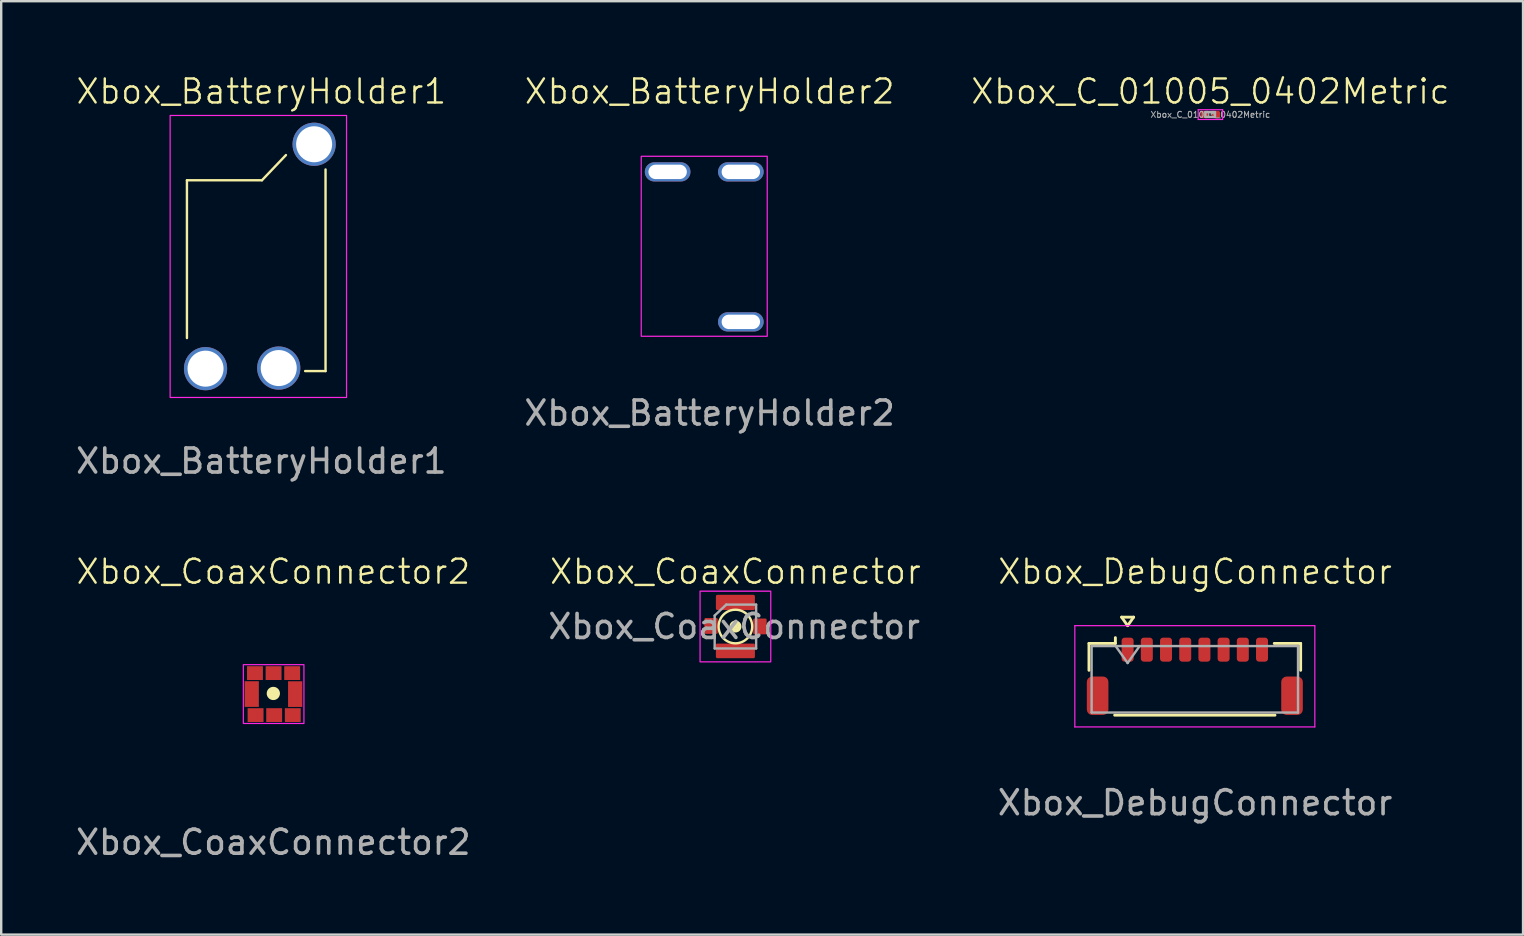
<source format=kicad_pcb>
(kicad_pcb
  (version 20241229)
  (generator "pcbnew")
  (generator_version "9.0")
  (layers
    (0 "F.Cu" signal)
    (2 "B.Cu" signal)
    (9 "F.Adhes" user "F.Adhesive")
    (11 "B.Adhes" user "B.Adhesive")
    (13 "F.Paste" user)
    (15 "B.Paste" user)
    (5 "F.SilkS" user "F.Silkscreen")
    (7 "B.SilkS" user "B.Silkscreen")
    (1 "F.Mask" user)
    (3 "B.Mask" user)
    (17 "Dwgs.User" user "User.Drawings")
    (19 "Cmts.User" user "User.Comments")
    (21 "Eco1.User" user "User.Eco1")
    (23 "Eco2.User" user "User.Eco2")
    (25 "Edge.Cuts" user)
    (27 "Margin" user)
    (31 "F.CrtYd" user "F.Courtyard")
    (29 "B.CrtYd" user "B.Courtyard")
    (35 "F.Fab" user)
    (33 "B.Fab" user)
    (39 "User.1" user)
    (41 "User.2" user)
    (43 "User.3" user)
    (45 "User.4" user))
  (footprint "Xbox_BatteryHolder2"
    (layer "F.Cu")
    (at 26.518 7.011)
    (property "Reference" "Xbox_BatteryHolder2" (at 0 -6.25 0) (unlocked yes) (layer "F.SilkS") (effects (font (size 1 1) (thickness 0.1))))
    (attr through_hole)
    (fp_rect (start -2.85 -3.55) (end 2.4 3.95) (stroke (width 0.05) (type default)) (fill no) (layer "F.CrtYd"))
    (fp_text user "${REFERENCE}" (at 0 7.15 0) (unlocked yes) (layer "F.Fab") (effects (font (size 1 1) (thickness 0.15))))
    (pad "1" thru_hole oval (at -1.75 -2.9 90) (size 0.8 1.9) (drill oval 0.6 1.6) (layers "*.Cu" "*.Mask"))
    (pad "1" thru_hole oval (at 1.3 -2.9 90) (size 0.8 1.9) (drill oval 0.6 1.6) (layers "*.Cu" "*.Mask"))
    (pad "1" thru_hole oval (at 1.3 3.35 90) (size 0.8 1.9) (drill oval 0.6 1.6) (layers "*.Cu" "*.Mask")))
  (footprint "Xbox_C_01005_0402Metric"
    (layer "F.Cu")
    (at 47.383 1.726)
    (property "Reference" "Xbox_C_01005_0402Metric" (at 0 -0.965 0) (unlocked yes) (layer "F.SilkS") (effects (font (size 1 1) (thickness 0.1))))
    (attr smd)
    (fp_line (start -0.508 -0.203) (end 0.508 -0.203) (stroke (width 0.05) (type solid)) (layer "F.CrtYd"))
    (fp_line (start -0.508 0.203) (end -0.508 -0.203) (stroke (width 0.05) (type solid)) (layer "F.CrtYd"))
    (fp_line (start 0.508 -0.203) (end 0.508 0.203) (stroke (width 0.05) (type solid)) (layer "F.CrtYd"))
    (fp_line (start 0.508 0.203) (end -0.508 0.203) (stroke (width 0.05) (type solid)) (layer "F.CrtYd"))
    (fp_line (start -0.21 -0.105) (end 0.19 -0.105) (stroke (width 0.1) (type solid)) (layer "F.Fab"))
    (fp_line (start -0.21 0.095) (end -0.21 -0.105) (stroke (width 0.1) (type solid)) (layer "F.Fab"))
    (fp_line (start 0.19 -0.105) (end 0.19 0.095) (stroke (width 0.1) (type solid)) (layer "F.Fab"))
    (fp_line (start 0.19 0.095) (end -0.21 0.095) (stroke (width 0.1) (type solid)) (layer "F.Fab"))
    (fp_text user "${REFERENCE}" (at 0 0 0) (unlocked yes) (layer "F.Fab") (effects (font (size 0.25 0.25) (thickness 0.04))))
    (pad "" smd roundrect (at -0.285 -0.005) (size 0.27 0.27) (layers "F.Paste") (roundrect_rratio 0.25))
    (pad "" smd roundrect (at 0.265 -0.005) (size 0.27 0.27) (layers "F.Paste") (roundrect_rratio 0.25))
    (pad "1" smd roundrect (at -0.233 -0.005) (size 0.347 0.3) (layers "F.Cu" "F.Mask") (roundrect_rratio 0.25))
    (pad "2" smd roundrect (at 0.223 -0.004) (size 0.366 0.298) (layers "F.Cu" "F.Mask") (roundrect_rratio 0.25)))
  (footprint "Xbox_DebugConnector"
    (layer "F.Cu")
    (at 46.714 25.539)
    (property "Reference" "Xbox_DebugConnector" (at 0.03 -4.77 0) (unlocked yes) (layer "F.SilkS") (effects (font (size 1 1) (thickness 0.1))))
    (attr smd)
    (fp_line (start -4.39 -1.78) (end -3.29 -1.78) (stroke (width 0.12) (type solid)) (layer "F.SilkS"))
    (fp_line (start -4.39 -0.66) (end -4.39 -1.78) (stroke (width 0.12) (type solid)) (layer "F.SilkS"))
    (fp_line (start -3.32 1.21) (end 3.36 1.21) (stroke (width 0.12) (type solid)) (layer "F.SilkS"))
    (fp_line (start -3.29 -1.78) (end -3.29 -2.02) (stroke (width 0.12) (type solid)) (layer "F.SilkS"))
    (fp_line (start -3.03 -2.874) (end -2.78 -2.52) (stroke (width 0.12) (type solid)) (layer "F.SilkS"))
    (fp_line (start -2.78 -2.52) (end -2.53 -2.874) (stroke (width 0.12) (type solid)) (layer "F.SilkS"))
    (fp_line (start -2.53 -2.874) (end -3.03 -2.874) (stroke (width 0.12) (type solid)) (layer "F.SilkS"))
    (fp_line (start 4.43 -1.78) (end 3.33 -1.78) (stroke (width 0.12) (type solid)) (layer "F.SilkS"))
    (fp_line (start 4.43 -0.66) (end 4.43 -1.78) (stroke (width 0.12) (type solid)) (layer "F.SilkS"))
    (fp_line (start -4.98 -2.52) (end -4.98 1.7) (stroke (width 0.05) (type solid)) (layer "F.CrtYd"))
    (fp_line (start -4.98 1.7) (end 5.02 1.7) (stroke (width 0.05) (type solid)) (layer "F.CrtYd"))
    (fp_line (start 5.02 -2.52) (end -4.98 -2.52) (stroke (width 0.05) (type solid)) (layer "F.CrtYd"))
    (fp_line (start 5.02 1.7) (end 5.02 -2.52) (stroke (width 0.05) (type solid)) (layer "F.CrtYd"))
    (fp_line (start -4.28 -1.67) (end -4.28 1.1) (stroke (width 0.1) (type solid)) (layer "F.Fab"))
    (fp_line (start -4.28 -1.67) (end 4.32 -1.67) (stroke (width 0.1) (type solid)) (layer "F.Fab"))
    (fp_line (start -4.28 1.1) (end 4.32 1.1) (stroke (width 0.1) (type solid)) (layer "F.Fab"))
    (fp_line (start -3.28 -1.67) (end -2.78 -0.963) (stroke (width 0.1) (type solid)) (layer "F.Fab"))
    (fp_line (start -2.78 -0.963) (end -2.28 -1.67) (stroke (width 0.1) (type solid)) (layer "F.Fab"))
    (fp_line (start 4.32 -1.67) (end 4.32 1.1) (stroke (width 0.1) (type solid)) (layer "F.Fab"))
    (fp_text user "${REFERENCE}" (at 0.03 4.86 0) (unlocked yes) (layer "F.Fab") (effects (font (size 1 1) (thickness 0.15))))
    (pad "1" smd roundrect (at -4.03 0.4) (size 0.9 1.6) (layers "F.Cu" "F.Mask" "F.Paste") (roundrect_rratio 0.25))
    (pad "1" smd roundrect (at -2.78 -1.52) (size 0.5 1) (layers "F.Cu" "F.Mask" "F.Paste") (roundrect_rratio 0.25))
    (pad "1" smd roundrect (at 4.07 0.4) (size 0.9 1.6) (layers "F.Cu" "F.Mask" "F.Paste") (roundrect_rratio 0.25))
    (pad "2" smd roundrect (at -1.98 -1.52) (size 0.5 1) (layers "F.Cu" "F.Mask" "F.Paste") (roundrect_rratio 0.25))
    (pad "3" smd roundrect (at -1.18 -1.52) (size 0.5 1) (layers "F.Cu" "F.Mask" "F.Paste") (roundrect_rratio 0.25))
    (pad "4" smd roundrect (at -0.38 -1.52) (size 0.5 1) (layers "F.Cu" "F.Mask" "F.Paste") (roundrect_rratio 0.25))
    (pad "5" smd roundrect (at 0.42 -1.52) (size 0.5 1) (layers "F.Cu" "F.Mask" "F.Paste") (roundrect_rratio 0.25))
    (pad "6" smd roundrect (at 1.22 -1.52) (size 0.5 1) (layers "F.Cu" "F.Mask" "F.Paste") (roundrect_rratio 0.25))
    (pad "7" smd roundrect (at 2.02 -1.52) (size 0.5 1) (layers "F.Cu" "F.Mask" "F.Paste") (roundrect_rratio 0.25))
    (pad "8" smd roundrect (at 2.82 -1.52) (size 0.5 1) (layers "F.Cu" "F.Mask" "F.Paste") (roundrect_rratio 0.25)))
  (footprint "Xbox_CoaxConnector"
    (layer "F.Cu")
    (at 27.592 23.055)
    (property "Reference" "Xbox_CoaxConnector" (at 0 -2.286 0) (unlocked yes) (layer "F.SilkS") (effects (font (size 1 1) (thickness 0.1))))
    (attr smd)
    (fp_circle (center 0 0) (end 0.7 0) (stroke (width 0.1) (type solid)) (fill no) (layer "F.SilkS"))
    (fp_circle (center 0.003 0) (end 0.053 0) (stroke (width 0.1) (type solid)) (fill no) (layer "F.SilkS"))
    (fp_circle (center 0.003 0) (end 0.128 0) (stroke (width 0.1) (type solid)) (fill no) (layer "F.SilkS"))
    (fp_circle (center 0.003 0) (end 0.203 0) (stroke (width 0.1) (type solid)) (fill no) (layer "F.SilkS"))
    (fp_rect (start -1.473 -1.473) (end 1.473 1.473) (stroke (width 0.05) (type default)) (fill no) (layer "F.CrtYd"))
    (fp_line (start -0.864 -0.457) (end -0.381 -0.914) (stroke (width 0.1) (type default)) (layer "F.Fab"))
    (fp_line (start -0.864 0.914) (end -0.864 -0.457) (stroke (width 0.1) (type default)) (layer "F.Fab"))
    (fp_line (start -0.864 0.914) (end 0.864 0.914) (stroke (width 0.1) (type default)) (layer "F.Fab"))
    (fp_line (start 0.864 -0.914) (end -0.381 -0.914) (stroke (width 0.1) (type default)) (layer "F.Fab"))
    (fp_line (start 0.864 0.914) (end 0.864 -0.914) (stroke (width 0.1) (type default)) (layer "F.Fab"))
    (fp_text user "${REFERENCE}" (at -0.051 0 0) (unlocked yes) (layer "F.Fab") (effects (font (size 1 1) (thickness 0.15))))
    (pad "1" smd roundrect (at 1.022 -0.004 180) (size 0.559 0.66) (layers "F.Cu" "F.Mask" "F.Paste") (roundrect_rratio 0.1))
    (pad "2" smd roundrect (at -1.016 -0.025 180) (size 0.559 0.66) (layers "F.Cu" "F.Mask" "F.Paste") (roundrect_rratio 0.1))
    (pad "2" smd roundrect (at 0 -1.003 270) (size 0.635 1.626) (layers "F.Cu" "F.Mask" "F.Paste") (roundrect_rratio 0.1))
    (pad "2" smd roundrect (at 0 1.016 270) (size 0.61 1.626) (layers "F.Cu" "F.Mask" "F.Paste") (roundrect_rratio 0.1)))
  (footprint "Xbox_BatteryHolder1"
    (layer "F.Cu")
    (at 7.839 7.561)
    (property "Reference" "Xbox_BatteryHolder1" (at 0 -6.8 0) (unlocked yes) (layer "F.SilkS") (effects (font (size 1 1) (thickness 0.1))))
    (attr through_hole)
    (fp_line (start -3.1 -3.1) (end 0.025 -3.1) (stroke (width 0.1) (type default)) (layer "F.SilkS"))
    (fp_line (start -3.1 3.475) (end -3.1 -3.1) (stroke (width 0.1) (type default)) (layer "F.SilkS"))
    (fp_line (start 0.025 -3.1) (end 1.025 -4.15) (stroke (width 0.1) (type default)) (layer "F.SilkS"))
    (fp_line (start 2.675 -3.55) (end 2.675 4.85) (stroke (width 0.1) (type default)) (layer "F.SilkS"))
    (fp_line (start 2.675 4.85) (end 1.825 4.85) (stroke (width 0.1) (type default)) (layer "F.SilkS"))
    (fp_rect (start -3.8 -5.8) (end 3.55 5.95) (stroke (width 0.05) (type default)) (fill no) (layer "F.CrtYd"))
    (fp_text user "${REFERENCE}" (at 0 8.6 0) (unlocked yes) (layer "F.Fab") (effects (font (size 1 1) (thickness 0.15))))
    (pad "1" thru_hole circle (at -2.325 4.75 90) (size 1.8 1.8) (drill 1.5) (layers "*.Cu" "*.Mask"))
    (pad "1" thru_hole circle (at 0.725 4.725 90) (size 1.8 1.8) (drill 1.5) (layers "*.Cu" "*.Mask"))
    (pad "1" thru_hole circle (at 2.2 -4.6 90) (size 1.8 1.8) (drill 1.5) (layers "*.Cu" "*.Mask")))
  (footprint "Xbox_CoaxConnector2"
    (layer "F.Cu")
    (at 8.339 25.844)
    (property "Reference" "Xbox_CoaxConnector2" (at 0 -5.075 0) (unlocked yes) (layer "F.SilkS") (effects (font (size 1 1) (thickness 0.1))))
    (attr smd)
    (fp_circle (center 0 0) (end 0.226 0) (stroke (width 0.1) (type solid)) (fill yes) (layer "F.SilkS"))
    (fp_rect (start -1.25 -1.2) (end 1.275 1.25) (stroke (width 0.05) (type default)) (fill no) (layer "F.CrtYd"))
    (fp_text user "${REFERENCE}" (at 0 6.2 0) (unlocked yes) (layer "F.Fab") (effects (font (size 1 1) (thickness 0.15))))
    (pad "1" smd rect (at -0.9 0.025 90) (size 1.07 0.593) (layers "F.Cu" "F.Mask" "F.Paste"))
    (pad "2" smd rect (at 0.01 -0.848 90) (size 0.575 0.662) (layers "F.Cu" "F.Mask" "F.Paste"))
    (pad "3" smd rect (at 0.035 0.902 90) (size 0.575 0.662) (layers "F.Cu" "F.Mask" "F.Paste"))
    (pad "4" smd rect (at 0.91 0.027 90) (size 1.07 0.593) (layers "F.Cu" "F.Mask" "F.Paste"))
    (pad "Sd" smd rect (at -0.765 -0.848 90) (size 0.575 0.662) (layers "F.Cu" "F.Mask" "F.Paste"))
    (pad "Sd" smd rect (at -0.74 0.902 90) (size 0.575 0.662) (layers "F.Cu" "F.Mask" "F.Paste"))
    (pad "Sd" smd rect (at 0.785 -0.848 90) (size 0.575 0.662) (layers "F.Cu" "F.Mask" "F.Paste"))
    (pad "Sd" smd rect (at 0.81 0.902 90) (size 0.575 0.662) (layers "F.Cu" "F.Mask" "F.Paste")))
  (gr_rect
    (start -3 -3)
    (end 60.41 35.892)
    (stroke (width 0.1) (type default))
    (fill no)
    (layer "Edge.Cuts")))
</source>
